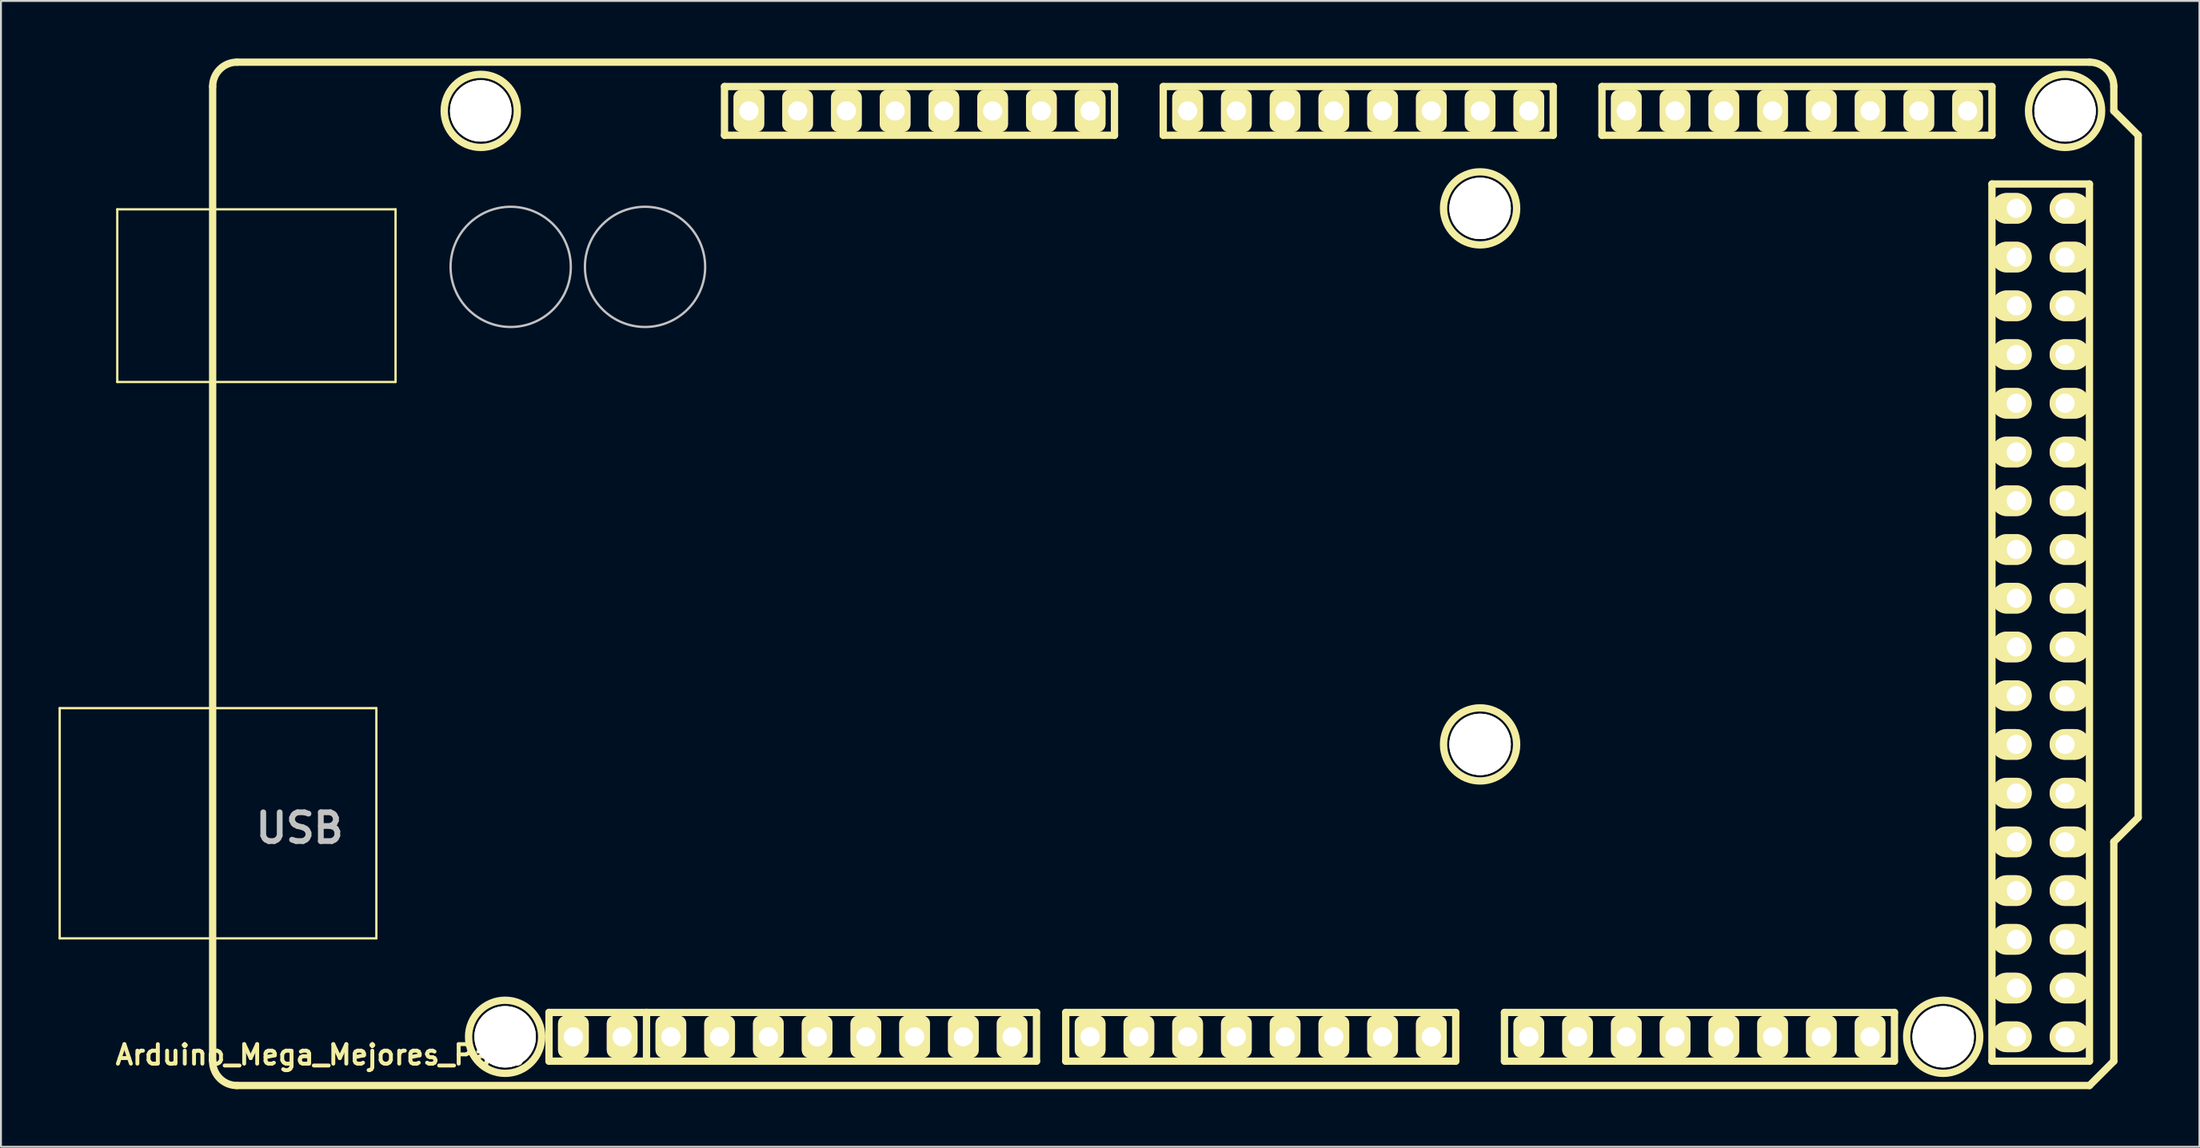
<source format=kicad_pcb>
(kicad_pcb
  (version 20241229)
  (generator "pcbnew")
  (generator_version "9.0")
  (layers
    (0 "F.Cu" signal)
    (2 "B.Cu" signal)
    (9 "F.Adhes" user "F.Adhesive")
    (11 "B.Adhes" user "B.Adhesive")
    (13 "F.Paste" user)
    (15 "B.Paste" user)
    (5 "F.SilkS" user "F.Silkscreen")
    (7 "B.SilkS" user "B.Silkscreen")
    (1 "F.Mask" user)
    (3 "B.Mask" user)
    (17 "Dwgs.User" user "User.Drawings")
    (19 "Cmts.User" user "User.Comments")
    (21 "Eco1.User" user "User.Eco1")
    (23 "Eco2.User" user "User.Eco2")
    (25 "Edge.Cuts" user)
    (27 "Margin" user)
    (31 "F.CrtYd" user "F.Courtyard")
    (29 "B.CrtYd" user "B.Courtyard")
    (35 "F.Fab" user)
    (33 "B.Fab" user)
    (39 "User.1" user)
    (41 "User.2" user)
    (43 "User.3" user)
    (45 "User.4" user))
  (footprint "Arduino_Mega_Mejores_Pads"
    (layer "F.Cu")
    (at 63.06 28.11)
    (property "Reference" "Arduino_Mega_Mejores_Pads" (at -49.42 23.82 0) (layer "F.SilkS") (effects (font (size 1.016 1.016) (thickness 0.203))))
    (attr through_hole)
    (fp_line (start -63 5.75) (end -63 17.75) (stroke (width 0.12) (type solid)) (layer "F.SilkS"))
    (fp_line (start -63 17.75) (end -46.5 17.75) (stroke (width 0.12) (type solid)) (layer "F.SilkS"))
    (fp_line (start -60 -20.25) (end -60 -11.25) (stroke (width 0.12) (type solid)) (layer "F.SilkS"))
    (fp_line (start -60 -11.25) (end -45.5 -11.25) (stroke (width 0.12) (type solid)) (layer "F.SilkS"))
    (fp_line (start -55.03 -26.65) (end -55.03 24.15) (stroke (width 0.381) (type solid)) (layer "F.SilkS"))
    (fp_line (start -53.76 -27.92) (end 42.76 -27.92) (stroke (width 0.381) (type solid)) (layer "F.SilkS"))
    (fp_line (start -53.76 25.42) (end 42.76 25.42) (stroke (width 0.381) (type solid)) (layer "F.SilkS"))
    (fp_line (start -46.5 5.75) (end -63 5.75) (stroke (width 0.12) (type solid)) (layer "F.SilkS"))
    (fp_line (start -46.5 17.75) (end -46.5 5.75) (stroke (width 0.12) (type solid)) (layer "F.SilkS"))
    (fp_line (start -45.5 -20.25) (end -60 -20.25) (stroke (width 0.12) (type solid)) (layer "F.SilkS"))
    (fp_line (start -45.5 -11.25) (end -45.5 -20.25) (stroke (width 0.12) (type solid)) (layer "F.SilkS"))
    (fp_line (start -37.504 21.61) (end -32.424 21.61) (stroke (width 0.381) (type solid)) (layer "F.SilkS"))
    (fp_line (start -37.504 24.15) (end -37.504 21.61) (stroke (width 0.381) (type solid)) (layer "F.SilkS"))
    (fp_line (start -32.424 21.61) (end -32.424 24.15) (stroke (width 0.381) (type solid)) (layer "F.SilkS"))
    (fp_line (start -32.424 24.15) (end -37.504 24.15) (stroke (width 0.381) (type solid)) (layer "F.SilkS"))
    (fp_line (start -28.36 -26.65) (end -28.36 -24.11) (stroke (width 0.381) (type solid)) (layer "F.SilkS"))
    (fp_line (start -28.36 -26.65) (end -8.04 -26.65) (stroke (width 0.381) (type solid)) (layer "F.SilkS"))
    (fp_line (start -12.104 21.61) (end -32.424 21.61) (stroke (width 0.381) (type solid)) (layer "F.SilkS"))
    (fp_line (start -12.104 21.61) (end -12.104 24.15) (stroke (width 0.381) (type solid)) (layer "F.SilkS"))
    (fp_line (start -12.104 24.15) (end -32.424 24.15) (stroke (width 0.381) (type solid)) (layer "F.SilkS"))
    (fp_line (start -10.58 21.61) (end -10.58 24.15) (stroke (width 0.381) (type solid)) (layer "F.SilkS"))
    (fp_line (start -10.58 24.15) (end 9.74 24.15) (stroke (width 0.381) (type solid)) (layer "F.SilkS"))
    (fp_line (start -8.04 -24.11) (end -28.36 -24.11) (stroke (width 0.381) (type solid)) (layer "F.SilkS"))
    (fp_line (start -8.04 -24.11) (end -8.04 -26.65) (stroke (width 0.381) (type solid)) (layer "F.SilkS"))
    (fp_line (start -5.5 -26.65) (end 14.82 -26.65) (stroke (width 0.381) (type solid)) (layer "F.SilkS"))
    (fp_line (start -5.5 -24.11) (end -5.5 -26.65) (stroke (width 0.381) (type solid)) (layer "F.SilkS"))
    (fp_line (start 9.74 21.61) (end -10.58 21.61) (stroke (width 0.381) (type solid)) (layer "F.SilkS"))
    (fp_line (start 9.74 24.15) (end 9.74 21.61) (stroke (width 0.381) (type solid)) (layer "F.SilkS"))
    (fp_line (start 12.28 21.61) (end 32.6 21.61) (stroke (width 0.381) (type solid)) (layer "F.SilkS"))
    (fp_line (start 12.28 24.15) (end 12.28 21.61) (stroke (width 0.381) (type solid)) (layer "F.SilkS"))
    (fp_line (start 14.82 -26.65) (end 14.82 -24.11) (stroke (width 0.381) (type solid)) (layer "F.SilkS"))
    (fp_line (start 14.82 -24.11) (end -5.5 -24.11) (stroke (width 0.381) (type solid)) (layer "F.SilkS"))
    (fp_line (start 17.36 -26.65) (end 17.36 -24.11) (stroke (width 0.381) (type solid)) (layer "F.SilkS"))
    (fp_line (start 17.36 -24.11) (end 37.68 -24.11) (stroke (width 0.381) (type solid)) (layer "F.SilkS"))
    (fp_line (start 32.6 21.61) (end 32.6 24.15) (stroke (width 0.381) (type solid)) (layer "F.SilkS"))
    (fp_line (start 32.6 24.15) (end 12.28 24.15) (stroke (width 0.381) (type solid)) (layer "F.SilkS"))
    (fp_line (start 37.68 -26.65) (end 17.36 -26.65) (stroke (width 0.381) (type solid)) (layer "F.SilkS"))
    (fp_line (start 37.68 -24.11) (end 37.68 -26.65) (stroke (width 0.381) (type solid)) (layer "F.SilkS"))
    (fp_line (start 37.68 -21.57) (end 42.76 -21.57) (stroke (width 0.381) (type solid)) (layer "F.SilkS"))
    (fp_line (start 37.68 24.15) (end 37.68 -21.57) (stroke (width 0.381) (type solid)) (layer "F.SilkS"))
    (fp_line (start 42.76 -21.57) (end 42.76 24.15) (stroke (width 0.381) (type solid)) (layer "F.SilkS"))
    (fp_line (start 42.76 24.15) (end 37.68 24.15) (stroke (width 0.381) (type solid)) (layer "F.SilkS"))
    (fp_line (start 42.76 25.42) (end 44.03 24.15) (stroke (width 0.381) (type solid)) (layer "F.SilkS"))
    (fp_line (start 44.03 -25.38) (end 44.03 -26.65) (stroke (width 0.381) (type solid)) (layer "F.SilkS"))
    (fp_line (start 44.03 12.72) (end 45.3 11.45) (stroke (width 0.381) (type solid)) (layer "F.SilkS"))
    (fp_line (start 44.03 24.15) (end 44.03 12.72) (stroke (width 0.381) (type solid)) (layer "F.SilkS"))
    (fp_line (start 45.3 -24.11) (end 44.03 -25.38) (stroke (width 0.381) (type solid)) (layer "F.SilkS"))
    (fp_line (start 45.3 11.45) (end 45.3 -24.11) (stroke (width 0.381) (type solid)) (layer "F.SilkS"))
    (fp_arc (start -55.03 -26.65) (mid -54.658026 -27.548026) (end -53.76 -27.92) (stroke (width 0.381) (type solid)) (layer "F.SilkS"))
    (fp_arc (start -53.76 25.42) (mid -54.658026 25.048026) (end -55.03 24.15) (stroke (width 0.381) (type solid)) (layer "F.SilkS"))
    (fp_arc (start 42.76 -27.92) (mid 43.658026 -27.548026) (end 44.03 -26.65) (stroke (width 0.381) (type solid)) (layer "F.SilkS"))
    (fp_circle (center -41.06 -25.38) (end -39.155 -25.38) (stroke (width 0.381) (type solid)) (fill no) (layer "F.SilkS"))
    (fp_circle (center -39.79 22.88) (end -37.885 22.88) (stroke (width 0.381) (type solid)) (fill no) (layer "F.SilkS"))
    (fp_circle (center 11.01 -20.3) (end 12.915 -20.3) (stroke (width 0.381) (type solid)) (fill no) (layer "F.SilkS"))
    (fp_circle (center 11.01 7.64) (end 12.915 7.64) (stroke (width 0.381) (type solid)) (fill no) (layer "F.SilkS"))
    (fp_circle (center 35.14 22.88) (end 37.045 22.88) (stroke (width 0.381) (type solid)) (fill no) (layer "F.SilkS"))
    (fp_circle (center 41.49 -25.38) (end 43.395 -25.38) (stroke (width 0.381) (type solid)) (fill no) (layer "F.SilkS"))
    (fp_circle (center -39.5 -17.25) (end -36.75 -15.75) (stroke (width 0.12) (type solid)) (fill no) (layer "Dwgs.User"))
    (fp_circle (center -32.5 -17.25) (end -29.75 -15.75) (stroke (width 0.12) (type solid)) (fill no) (layer "Dwgs.User"))
    (fp_text user "USB" (at -50.5 12 0) (layer "Dwgs.User") (effects (font (size 1.5 1.5) (thickness 0.3))))
    (pad "" np_thru_hole circle (at -41.06 -25.38) (size 3.2 3.2) (drill 3.198) (layers "*.Cu" "*.Mask" "F.SilkS"))
    (pad "" np_thru_hole circle (at -39.79 22.88) (size 3.2 3.2) (drill 3.198) (layers "*.Cu" "*.Mask" "F.SilkS"))
    (pad "" np_thru_hole circle (at 11.01 -20.3) (size 3.2 3.2) (drill 3.198) (layers "*.Cu" "*.Mask" "F.SilkS"))
    (pad "" np_thru_hole circle (at 11.01 7.64) (size 3.2 3.2) (drill 3.198) (layers "*.Cu" "*.Mask" "F.SilkS"))
    (pad "" np_thru_hole circle (at 35.14 22.88) (size 3.2 3.2) (drill 3.198) (layers "*.Cu" "*.Mask" "F.SilkS"))
    (pad "" np_thru_hole circle (at 41.49 -25.38) (size 3.2 3.2) (drill 3.198) (layers "*.Cu" "*.Mask" "F.SilkS"))
    (pad "1" thru_hole roundrect (at -27.09 -25.38) (size 1.6 2.2) (drill 1) (layers "*.Cu" "*.Mask" "F.SilkS") (roundrect_rratio 0.25))
    (pad "2" thru_hole roundrect (at -24.55 -25.38) (size 1.6 2.2) (drill 1) (layers "*.Cu" "*.Mask" "F.SilkS") (roundrect_rratio 0.25))
    (pad "3" thru_hole roundrect (at -22.01 -25.38) (size 1.6 2.2) (drill 1) (layers "*.Cu" "*.Mask" "F.SilkS") (roundrect_rratio 0.25))
    (pad "4" thru_hole roundrect (at -19.47 -25.38) (size 1.6 2.2) (drill 1) (layers "*.Cu" "*.Mask" "F.SilkS") (roundrect_rratio 0.25))
    (pad "5" thru_hole roundrect (at -16.93 -25.38) (size 1.6 2.2) (drill 1) (layers "*.Cu" "*.Mask" "F.SilkS") (roundrect_rratio 0.25))
    (pad "6" thru_hole roundrect (at -14.39 -25.38) (size 1.6 2.2) (drill 1) (layers "*.Cu" "*.Mask" "F.SilkS") (roundrect_rratio 0.25))
    (pad "7" thru_hole roundrect (at -11.85 -25.38) (size 1.6 2.2) (drill 1) (layers "*.Cu" "*.Mask" "F.SilkS") (roundrect_rratio 0.25))
    (pad "8" thru_hole roundrect (at -9.31 -25.38) (size 1.6 2.2) (drill 1) (layers "*.Cu" "*.Mask" "F.SilkS") (roundrect_rratio 0.25))
    (pad "9" thru_hole roundrect (at -4.23 -25.38) (size 1.6 2.2) (drill 1) (layers "*.Cu" "*.Mask" "F.SilkS") (roundrect_rratio 0.25))
    (pad "10" thru_hole roundrect (at -1.69 -25.38) (size 1.6 2.2) (drill 1) (layers "*.Cu" "*.Mask" "F.SilkS") (roundrect_rratio 0.25))
    (pad "11" thru_hole roundrect (at 0.85 -25.38) (size 1.6 2.2) (drill 1) (layers "*.Cu" "*.Mask" "F.SilkS") (roundrect_rratio 0.25))
    (pad "12" thru_hole roundrect (at 3.39 -25.38) (size 1.6 2.2) (drill 1) (layers "*.Cu" "*.Mask" "F.SilkS") (roundrect_rratio 0.25))
    (pad "13" thru_hole roundrect (at 5.93 -25.38) (size 1.6 2.2) (drill 1) (layers "*.Cu" "*.Mask" "F.SilkS") (roundrect_rratio 0.25))
    (pad "14" thru_hole roundrect (at 8.47 -25.38) (size 1.6 2.2) (drill 1) (layers "*.Cu" "*.Mask" "F.SilkS") (roundrect_rratio 0.25))
    (pad "15" thru_hole roundrect (at 11.01 -25.38) (size 1.6 2.2) (drill 1) (layers "*.Cu" "*.Mask" "F.SilkS") (roundrect_rratio 0.25))
    (pad "16" thru_hole roundrect (at 13.55 -25.38) (size 1.6 2.2) (drill 1) (layers "*.Cu" "*.Mask" "F.SilkS") (roundrect_rratio 0.25))
    (pad "17" thru_hole roundrect (at 18.63 -25.38) (size 1.6 2.2) (drill 1) (layers "*.Cu" "*.Mask" "F.SilkS") (roundrect_rratio 0.25))
    (pad "18" thru_hole roundrect (at 21.17 -25.38) (size 1.6 2.2) (drill 1) (layers "*.Cu" "*.Mask" "F.SilkS") (roundrect_rratio 0.25))
    (pad "19" thru_hole roundrect (at 23.71 -25.38) (size 1.6 2.2) (drill 1) (layers "*.Cu" "*.Mask" "F.SilkS") (roundrect_rratio 0.25))
    (pad "20" thru_hole roundrect (at 26.25 -25.38) (size 1.6 2.2) (drill 1) (layers "*.Cu" "*.Mask" "F.SilkS") (roundrect_rratio 0.25))
    (pad "21" thru_hole roundrect (at 28.79 -25.38) (size 1.6 2.2) (drill 1) (layers "*.Cu" "*.Mask" "F.SilkS") (roundrect_rratio 0.25))
    (pad "22" thru_hole roundrect (at 31.33 -25.38) (size 1.6 2.2) (drill 1) (layers "*.Cu" "*.Mask" "F.SilkS") (roundrect_rratio 0.25))
    (pad "23" thru_hole roundrect (at 33.87 -25.38) (size 1.6 2.2) (drill 1) (layers "*.Cu" "*.Mask" "F.SilkS") (roundrect_rratio 0.25))
    (pad "24" thru_hole roundrect (at 36.41 -25.38) (size 1.6 2.2) (drill 1) (layers "*.Cu" "*.Mask" "F.SilkS") (roundrect_rratio 0.25))
    (pad "25" thru_hole oval (at 38.95 -20.3) (size 2.1 1.6) (drill 1 (offset -0.249 0)) (layers "*.Cu" "*.Mask" "F.SilkS"))
    (pad "26" thru_hole oval (at 38.95 -17.76) (size 2.1 1.6) (drill 1 (offset -0.249 0)) (layers "*.Cu" "*.Mask" "F.SilkS"))
    (pad "27" thru_hole oval (at 38.95 -15.22) (size 2.1 1.6) (drill 1 (offset -0.249 0)) (layers "*.Cu" "*.Mask" "F.SilkS"))
    (pad "28" thru_hole oval (at 38.95 -12.68) (size 2.1 1.6) (drill 1 (offset -0.249 0)) (layers "*.Cu" "*.Mask" "F.SilkS"))
    (pad "29" thru_hole oval (at 38.95 -10.14) (size 2.1 1.6) (drill 1 (offset -0.249 0)) (layers "*.Cu" "*.Mask" "F.SilkS"))
    (pad "30" thru_hole oval (at 38.95 -7.6) (size 2.1 1.6) (drill 1 (offset -0.249 0)) (layers "*.Cu" "*.Mask" "F.SilkS"))
    (pad "31" thru_hole oval (at 38.95 -5.06) (size 2.1 1.6) (drill 1 (offset -0.249 0)) (layers "*.Cu" "*.Mask" "F.SilkS"))
    (pad "32" thru_hole oval (at 38.95 -2.52) (size 2.1 1.6) (drill 1 (offset -0.249 0)) (layers "*.Cu" "*.Mask" "F.SilkS"))
    (pad "33" thru_hole oval (at 38.95 0.02) (size 2.1 1.6) (drill 1 (offset -0.249 0)) (layers "*.Cu" "*.Mask" "F.SilkS"))
    (pad "34" thru_hole oval (at 38.95 2.56) (size 2.1 1.6) (drill 1 (offset -0.249 0)) (layers "*.Cu" "*.Mask" "F.SilkS"))
    (pad "35" thru_hole oval (at 38.95 5.1) (size 2.1 1.6) (drill 1 (offset -0.249 0)) (layers "*.Cu" "*.Mask" "F.SilkS"))
    (pad "36" thru_hole oval (at 38.95 7.64) (size 2.1 1.6) (drill 1 (offset -0.249 0)) (layers "*.Cu" "*.Mask" "F.SilkS"))
    (pad "37" thru_hole oval (at 38.95 10.18) (size 2.1 1.6) (drill 1 (offset -0.249 0)) (layers "*.Cu" "*.Mask" "F.SilkS"))
    (pad "38" thru_hole oval (at 38.95 12.72) (size 2.1 1.6) (drill 1 (offset -0.249 0)) (layers "*.Cu" "*.Mask" "F.SilkS"))
    (pad "39" thru_hole oval (at 38.95 15.26) (size 2.1 1.6) (drill 1 (offset -0.249 0)) (layers "*.Cu" "*.Mask" "F.SilkS"))
    (pad "40" thru_hole oval (at 38.95 17.8) (size 2.1 1.6) (drill 1 (offset -0.249 0)) (layers "*.Cu" "*.Mask" "F.SilkS"))
    (pad "41" thru_hole oval (at 38.95 20.34) (size 2.1 1.6) (drill 1 (offset -0.249 0)) (layers "*.Cu" "*.Mask" "F.SilkS"))
    (pad "42" thru_hole oval (at 38.95 22.88) (size 2.1 1.6) (drill 1 (offset -0.249 0)) (layers "*.Cu" "*.Mask" "F.SilkS"))
    (pad "43" thru_hole oval (at 41.49 -20.3) (size 2.1 1.6) (drill 1 (offset 0.246 0)) (layers "*.Cu" "*.Mask" "F.SilkS"))
    (pad "44" thru_hole oval (at 41.49 -17.76) (size 2.1 1.6) (drill 1 (offset 0.246 0)) (layers "*.Cu" "*.Mask" "F.SilkS"))
    (pad "45" thru_hole oval (at 41.49 -15.22) (size 2.1 1.6) (drill 1 (offset 0.246 0)) (layers "*.Cu" "*.Mask" "F.SilkS"))
    (pad "46" thru_hole oval (at 41.49 -12.68) (size 2.1 1.6) (drill 1 (offset 0.246 0)) (layers "*.Cu" "*.Mask" "F.SilkS"))
    (pad "47" thru_hole oval (at 41.49 -10.14) (size 2.1 1.6) (drill 1 (offset 0.246 0)) (layers "*.Cu" "*.Mask" "F.SilkS"))
    (pad "48" thru_hole oval (at 41.49 -7.6) (size 2.1 1.6) (drill 1 (offset 0.246 0)) (layers "*.Cu" "*.Mask" "F.SilkS"))
    (pad "49" thru_hole oval (at 41.49 -5.06) (size 2.1 1.6) (drill 1 (offset 0.246 0)) (layers "*.Cu" "*.Mask" "F.SilkS"))
    (pad "50" thru_hole oval (at 41.49 -2.52) (size 2.1 1.6) (drill 1 (offset 0.246 0)) (layers "*.Cu" "*.Mask" "F.SilkS"))
    (pad "51" thru_hole oval (at 41.49 0.02) (size 2.1 1.6) (drill 1 (offset 0.246 0)) (layers "*.Cu" "*.Mask" "F.SilkS"))
    (pad "52" thru_hole oval (at 41.49 2.56) (size 2.1 1.6) (drill 1 (offset 0.246 0)) (layers "*.Cu" "*.Mask" "F.SilkS"))
    (pad "53" thru_hole oval (at 41.49 5.1) (size 2.1 1.6) (drill 1 (offset 0.246 0)) (layers "*.Cu" "*.Mask" "F.SilkS"))
    (pad "54" thru_hole oval (at 41.49 7.64) (size 2.1 1.6) (drill 1 (offset 0.246 0)) (layers "*.Cu" "*.Mask" "F.SilkS"))
    (pad "55" thru_hole oval (at 41.49 10.18) (size 2.1 1.6) (drill 1 (offset 0.246 0)) (layers "*.Cu" "*.Mask" "F.SilkS"))
    (pad "56" thru_hole oval (at 41.49 12.72) (size 2.1 1.6) (drill 1 (offset 0.246 0)) (layers "*.Cu" "*.Mask" "F.SilkS"))
    (pad "57" thru_hole oval (at 41.49 15.26) (size 2.1 1.6) (drill 1 (offset 0.246 0)) (layers "*.Cu" "*.Mask" "F.SilkS"))
    (pad "58" thru_hole oval (at 41.49 17.8) (size 2.1 1.6) (drill 1 (offset 0.246 0)) (layers "*.Cu" "*.Mask" "F.SilkS"))
    (pad "59" thru_hole oval (at 41.49 20.34) (size 2.1 1.6) (drill 1 (offset 0.246 0)) (layers "*.Cu" "*.Mask" "F.SilkS"))
    (pad "60" thru_hole oval (at 41.49 22.88) (size 2.1 1.6) (drill 1 (offset 0.246 0)) (layers "*.Cu" "*.Mask" "F.SilkS"))
    (pad "61" thru_hole roundrect (at 31.33 22.88) (size 1.6 2.2) (drill 1) (layers "*.Cu" "*.Mask" "F.SilkS") (roundrect_rratio 0.25))
    (pad "62" thru_hole roundrect (at 28.79 22.88) (size 1.6 2.2) (drill 1) (layers "*.Cu" "*.Mask" "F.SilkS") (roundrect_rratio 0.25))
    (pad "63" thru_hole roundrect (at 26.25 22.88) (size 1.6 2.2) (drill 1) (layers "*.Cu" "*.Mask" "F.SilkS") (roundrect_rratio 0.25))
    (pad "64" thru_hole roundrect (at 23.71 22.88) (size 1.6 2.2) (drill 1) (layers "*.Cu" "*.Mask" "F.SilkS") (roundrect_rratio 0.25))
    (pad "65" thru_hole roundrect (at 21.17 22.88) (size 1.6 2.2) (drill 1) (layers "*.Cu" "*.Mask" "F.SilkS") (roundrect_rratio 0.25))
    (pad "66" thru_hole roundrect (at 18.63 22.88) (size 1.6 2.2) (drill 1) (layers "*.Cu" "*.Mask" "F.SilkS") (roundrect_rratio 0.25))
    (pad "67" thru_hole roundrect (at 16.09 22.88) (size 1.6 2.2) (drill 1) (layers "*.Cu" "*.Mask" "F.SilkS") (roundrect_rratio 0.25))
    (pad "68" thru_hole roundrect (at 13.55 22.88) (size 1.6 2.2) (drill 1) (layers "*.Cu" "*.Mask" "F.SilkS") (roundrect_rratio 0.25))
    (pad "69" thru_hole roundrect (at 8.47 22.88) (size 1.6 2.2) (drill 1) (layers "*.Cu" "*.Mask" "F.SilkS") (roundrect_rratio 0.25))
    (pad "70" thru_hole roundrect (at 5.93 22.88) (size 1.6 2.2) (drill 1) (layers "*.Cu" "*.Mask" "F.SilkS") (roundrect_rratio 0.25))
    (pad "71" thru_hole roundrect (at 3.39 22.88) (size 1.6 2.2) (drill 1) (layers "*.Cu" "*.Mask" "F.SilkS") (roundrect_rratio 0.25))
    (pad "72" thru_hole roundrect (at 0.85 22.88) (size 1.6 2.2) (drill 1) (layers "*.Cu" "*.Mask" "F.SilkS") (roundrect_rratio 0.25))
    (pad "73" thru_hole roundrect (at -1.69 22.88) (size 1.6 2.2) (drill 1) (layers "*.Cu" "*.Mask" "F.SilkS") (roundrect_rratio 0.25))
    (pad "74" thru_hole roundrect (at -4.23 22.88) (size 1.6 2.2) (drill 1) (layers "*.Cu" "*.Mask" "F.SilkS") (roundrect_rratio 0.25))
    (pad "75" thru_hole roundrect (at -6.77 22.88) (size 1.6 2.2) (drill 1) (layers "*.Cu" "*.Mask" "F.SilkS") (roundrect_rratio 0.25))
    (pad "76" thru_hole roundrect (at -9.31 22.88) (size 1.6 2.2) (drill 1) (layers "*.Cu" "*.Mask" "F.SilkS") (roundrect_rratio 0.25))
    (pad "77" thru_hole roundrect (at -13.374 22.88) (size 1.6 2.2) (drill 1) (layers "*.Cu" "*.Mask" "F.SilkS") (roundrect_rratio 0.25))
    (pad "78" thru_hole roundrect (at -15.914 22.88) (size 1.6 2.2) (drill 1) (layers "*.Cu" "*.Mask" "F.SilkS") (roundrect_rratio 0.25))
    (pad "79" thru_hole roundrect (at -18.454 22.88) (size 1.6 2.2) (drill 1) (layers "*.Cu" "*.Mask" "F.SilkS") (roundrect_rratio 0.25))
    (pad "80" thru_hole roundrect (at -20.994 22.88) (size 1.6 2.2) (drill 1) (layers "*.Cu" "*.Mask" "F.SilkS") (roundrect_rratio 0.25))
    (pad "81" thru_hole roundrect (at -23.534 22.88) (size 1.6 2.2) (drill 1) (layers "*.Cu" "*.Mask" "F.SilkS") (roundrect_rratio 0.25))
    (pad "82" thru_hole roundrect (at -26.074 22.88) (size 1.6 2.2) (drill 1) (layers "*.Cu" "*.Mask" "F.SilkS") (roundrect_rratio 0.25))
    (pad "83" thru_hole roundrect (at -28.614 22.88) (size 1.6 2.2) (drill 1) (layers "*.Cu" "*.Mask" "F.SilkS") (roundrect_rratio 0.25))
    (pad "84" thru_hole roundrect (at -31.154 22.88) (size 1.6 2.2) (drill 1) (layers "*.Cu" "*.Mask" "F.SilkS") (roundrect_rratio 0.25))
    (pad "85" thru_hole roundrect (at -33.694 22.88) (size 1.6 2.2) (drill 1) (layers "*.Cu" "*.Mask" "F.SilkS") (roundrect_rratio 0.25))
    (pad "86" thru_hole roundrect (at -36.234 22.88) (size 1.6 2.2) (drill 1) (layers "*.Cu" "*.Mask" "F.SilkS") (roundrect_rratio 0.25)))
  (gr_rect
    (start -3 -3)
    (end 111.55 56.721)
    (stroke (width 0.1) (type default))
    (fill no)
    (layer "Edge.Cuts")))
</source>
